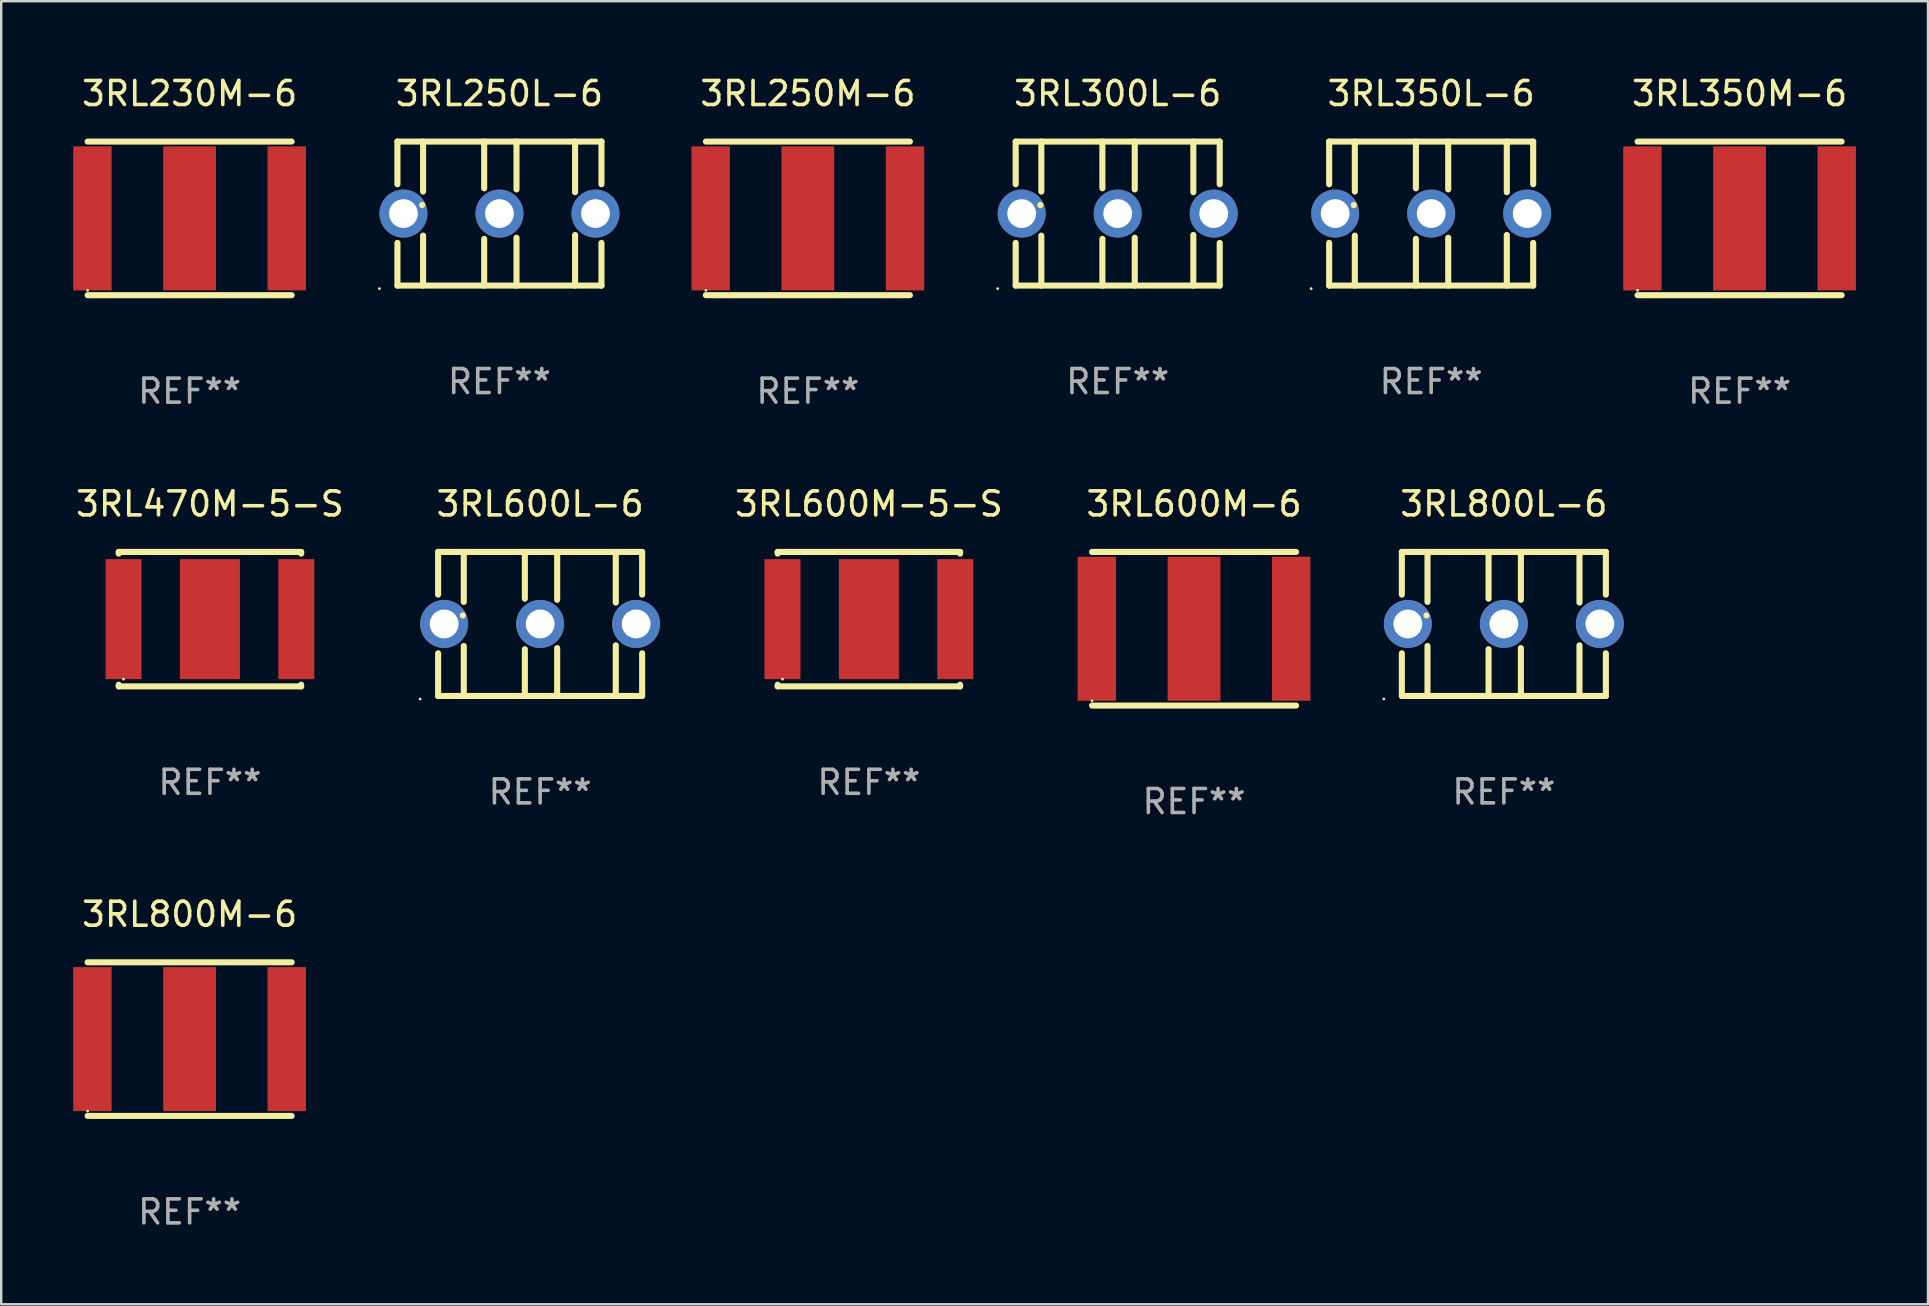
<source format=kicad_pcb>
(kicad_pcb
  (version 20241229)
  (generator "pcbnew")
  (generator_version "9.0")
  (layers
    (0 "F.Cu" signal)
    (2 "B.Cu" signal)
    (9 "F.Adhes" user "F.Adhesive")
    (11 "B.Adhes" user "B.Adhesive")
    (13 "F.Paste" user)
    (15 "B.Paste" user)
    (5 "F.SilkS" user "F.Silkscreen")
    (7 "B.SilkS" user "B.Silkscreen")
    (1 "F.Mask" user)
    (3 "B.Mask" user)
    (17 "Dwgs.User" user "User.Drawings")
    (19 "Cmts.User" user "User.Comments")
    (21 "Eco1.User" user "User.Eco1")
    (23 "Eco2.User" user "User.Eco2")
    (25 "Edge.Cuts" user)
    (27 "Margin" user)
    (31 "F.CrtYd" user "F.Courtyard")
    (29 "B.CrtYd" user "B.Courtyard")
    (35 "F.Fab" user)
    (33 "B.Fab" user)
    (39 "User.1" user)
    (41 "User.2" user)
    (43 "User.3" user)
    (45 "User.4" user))
  (footprint "3RL350M-6"
    (layer "F.Cu")
    (at 69.425 6.048)
    (property "Reference" "3RL350M-6" (at 0 -5.2 0) (layer "F.SilkS") (effects (font (size 1 1) (thickness 0.15))))
    (attr through_hole)
    (fp_line (start -4.25 -3.2) (end 4.25 -3.2) (stroke (width 0.254) (type solid)) (layer "F.SilkS"))
    (fp_line (start -4.25 3.2) (end 4.25 3.2) (stroke (width 0.254) (type solid)) (layer "F.SilkS"))
    (fp_circle (center -4.25 3) (end -4.22 3) (stroke (width 0.06) (type solid)) (fill no) (layer "F.SilkS"))
    (fp_text user "REF**" (at 0 7.2 0) (layer "F.Fab") (effects (font (size 1 1) (thickness 0.15))))
    (pad "1" smd rect (at -4.05 0) (size 1.6 6) (layers "F.Cu" "F.Mask" "F.Paste"))
    (pad "2" smd rect (at 4.047 0) (size 1.6 6) (layers "F.Cu" "F.Mask" "F.Paste"))
    (pad "3" smd rect (at 0 0) (size 2.2 6) (layers "F.Cu" "F.Mask" "F.Paste")))
  (footprint "3RL600L-6"
    (layer "F.Cu")
    (at 19.453 22.945)
    (property "Reference" "3RL600L-6" (at 0 -5 0) (layer "F.SilkS") (effects (font (size 1 1) (thickness 0.15))))
    (attr through_hole)
    (fp_line (start -4.25 -3) (end -4.25 -1.222) (stroke (width 0.254) (type solid)) (layer "F.SilkS"))
    (fp_line (start -4.25 -3) (end 4.25 -3) (stroke (width 0.254) (type solid)) (layer "F.SilkS"))
    (fp_line (start -4.25 1.222) (end -4.25 3) (stroke (width 0.254) (type solid)) (layer "F.SilkS"))
    (fp_line (start -4.25 3) (end 4.25 3) (stroke (width 0.254) (type solid)) (layer "F.SilkS"))
    (fp_line (start -3.222 -0.359) (end -3.222 -0.353) (stroke (width 0.254) (type solid)) (layer "F.SilkS"))
    (fp_line (start -3.181 -3) (end -3.181 -0.918) (stroke (width 0.254) (type solid)) (layer "F.SilkS"))
    (fp_line (start -3.181 0.918) (end -3.181 3) (stroke (width 0.254) (type solid)) (layer "F.SilkS"))
    (fp_line (start -0.637 -1.053) (end -0.637 -3) (stroke (width 0.254) (type solid)) (layer "F.SilkS"))
    (fp_line (start -0.637 3) (end -0.637 1.053) (stroke (width 0.254) (type solid)) (layer "F.SilkS"))
    (fp_line (start 0.71 -3) (end 0.71 -1.006) (stroke (width 0.254) (type solid)) (layer "F.SilkS"))
    (fp_line (start 0.71 1.006) (end 0.71 3) (stroke (width 0.254) (type solid)) (layer "F.SilkS"))
    (fp_line (start 3.151 -3) (end 3.151 -0.891) (stroke (width 0.254) (type solid)) (layer "F.SilkS"))
    (fp_line (start 3.151 0.891) (end 3.151 3) (stroke (width 0.254) (type solid)) (layer "F.SilkS"))
    (fp_line (start 4.25 -3) (end 4.25 -1.222) (stroke (width 0.254) (type solid)) (layer "F.SilkS"))
    (fp_line (start 4.25 1.222) (end 4.25 3) (stroke (width 0.254) (type solid)) (layer "F.SilkS"))
    (fp_circle (center -5 3.127) (end -4.97 3.127) (stroke (width 0.06) (type solid)) (fill no) (layer "F.SilkS"))
    (fp_text user "REF**" (at 0 7 0) (layer "F.Fab") (effects (font (size 1 1) (thickness 0.15))))
    (pad "1" thru_hole circle (at -4 0) (size 2 2) (drill 1.2) (layers "*.Cu" "*.Mask"))
    (pad "2" thru_hole circle (at 4 0) (size 2 2) (drill 1.2) (layers "*.Cu" "*.Mask"))
    (pad "3" thru_hole circle (at 0 0) (size 2 2) (drill 1.2) (layers "*.Cu" "*.Mask")))
  (footprint "3RL470M-5-S"
    (layer "F.Cu")
    (at 5.696 22.745)
    (property "Reference" "3RL470M-5-S" (at 0 -4.8 0) (layer "F.SilkS") (effects (font (size 1 1) (thickness 0.15))))
    (attr through_hole)
    (fp_line (start -3.8 -2.8) (end -3.8 -2.731) (stroke (width 0.254) (type solid)) (layer "F.SilkS"))
    (fp_line (start -3.8 -2.8) (end 3.8 -2.8) (stroke (width 0.254) (type solid)) (layer "F.SilkS"))
    (fp_line (start -3.8 2.731) (end -3.8 2.8) (stroke (width 0.254) (type solid)) (layer "F.SilkS"))
    (fp_line (start -3.8 2.8) (end 3.8 2.8) (stroke (width 0.254) (type solid)) (layer "F.SilkS"))
    (fp_line (start 3.8 -2.731) (end 3.8 -2.8) (stroke (width 0.254) (type solid)) (layer "F.SilkS"))
    (fp_line (start 3.8 2.8) (end 3.8 2.731) (stroke (width 0.254) (type solid)) (layer "F.SilkS"))
    (fp_circle (center -3.6 2.5) (end -3.57 2.5) (stroke (width 0.06) (type solid)) (fill no) (layer "F.SilkS"))
    (fp_text user "REF**" (at 0 6.8 0) (layer "F.Fab") (effects (font (size 1 1) (thickness 0.15))))
    (pad "1" smd rect (at -3.6 0) (size 1.5 5) (layers "F.Cu" "F.Mask" "F.Paste"))
    (pad "2" smd rect (at 3.6 0) (size 1.5 5) (layers "F.Cu" "F.Mask" "F.Paste"))
    (pad "3" smd rect (at 0 0) (size 2.5 5) (layers "F.Cu" "F.Mask" "F.Paste")))
  (footprint "3RL350L-6"
    (layer "F.Cu")
    (at 56.575 5.848)
    (property "Reference" "3RL350L-6" (at 0 -5 0) (layer "F.SilkS") (effects (font (size 1 1) (thickness 0.15))))
    (attr through_hole)
    (fp_line (start -4.25 -3) (end -4.25 -1.222) (stroke (width 0.254) (type solid)) (layer "F.SilkS"))
    (fp_line (start -4.25 -3) (end 4.25 -3) (stroke (width 0.254) (type solid)) (layer "F.SilkS"))
    (fp_line (start -4.25 1.222) (end -4.25 3) (stroke (width 0.254) (type solid)) (layer "F.SilkS"))
    (fp_line (start -4.25 3) (end 4.25 3) (stroke (width 0.254) (type solid)) (layer "F.SilkS"))
    (fp_line (start -3.222 -0.359) (end -3.222 -0.353) (stroke (width 0.254) (type solid)) (layer "F.SilkS"))
    (fp_line (start -3.181 -3) (end -3.181 -0.918) (stroke (width 0.254) (type solid)) (layer "F.SilkS"))
    (fp_line (start -3.181 0.918) (end -3.181 3) (stroke (width 0.254) (type solid)) (layer "F.SilkS"))
    (fp_line (start -0.637 -1.053) (end -0.637 -3) (stroke (width 0.254) (type solid)) (layer "F.SilkS"))
    (fp_line (start -0.637 3) (end -0.637 1.053) (stroke (width 0.254) (type solid)) (layer "F.SilkS"))
    (fp_line (start 0.71 -3) (end 0.71 -1.006) (stroke (width 0.254) (type solid)) (layer "F.SilkS"))
    (fp_line (start 0.71 1.006) (end 0.71 3) (stroke (width 0.254) (type solid)) (layer "F.SilkS"))
    (fp_line (start 3.151 -3) (end 3.151 -0.891) (stroke (width 0.254) (type solid)) (layer "F.SilkS"))
    (fp_line (start 3.151 0.891) (end 3.151 3) (stroke (width 0.254) (type solid)) (layer "F.SilkS"))
    (fp_line (start 4.25 -3) (end 4.25 -1.222) (stroke (width 0.254) (type solid)) (layer "F.SilkS"))
    (fp_line (start 4.25 1.222) (end 4.25 3) (stroke (width 0.254) (type solid)) (layer "F.SilkS"))
    (fp_circle (center -5 3.127) (end -4.97 3.127) (stroke (width 0.06) (type solid)) (fill no) (layer "F.SilkS"))
    (fp_text user "REF**" (at 0 7 0) (layer "F.Fab") (effects (font (size 1 1) (thickness 0.15))))
    (pad "1" thru_hole circle (at -4 0) (size 2 2) (drill 1.2) (layers "*.Cu" "*.Mask"))
    (pad "2" thru_hole circle (at 4 0) (size 2 2) (drill 1.2) (layers "*.Cu" "*.Mask"))
    (pad "3" thru_hole circle (at 0 0) (size 2 2) (drill 1.2) (layers "*.Cu" "*.Mask")))
  (footprint "3RL250L-6"
    (layer "F.Cu")
    (at 17.758 5.848)
    (property "Reference" "3RL250L-6" (at 0 -5 0) (layer "F.SilkS") (effects (font (size 1 1) (thickness 0.15))))
    (attr through_hole)
    (fp_line (start -4.25 -3) (end -4.25 -1.222) (stroke (width 0.254) (type solid)) (layer "F.SilkS"))
    (fp_line (start -4.25 -3) (end 4.25 -3) (stroke (width 0.254) (type solid)) (layer "F.SilkS"))
    (fp_line (start -4.25 1.222) (end -4.25 3) (stroke (width 0.254) (type solid)) (layer "F.SilkS"))
    (fp_line (start -4.25 3) (end 4.25 3) (stroke (width 0.254) (type solid)) (layer "F.SilkS"))
    (fp_line (start -3.222 -0.359) (end -3.222 -0.353) (stroke (width 0.254) (type solid)) (layer "F.SilkS"))
    (fp_line (start -3.181 -3) (end -3.181 -0.918) (stroke (width 0.254) (type solid)) (layer "F.SilkS"))
    (fp_line (start -3.181 0.918) (end -3.181 3) (stroke (width 0.254) (type solid)) (layer "F.SilkS"))
    (fp_line (start -0.637 -1.053) (end -0.637 -3) (stroke (width 0.254) (type solid)) (layer "F.SilkS"))
    (fp_line (start -0.637 3) (end -0.637 1.053) (stroke (width 0.254) (type solid)) (layer "F.SilkS"))
    (fp_line (start 0.71 -3) (end 0.71 -1.006) (stroke (width 0.254) (type solid)) (layer "F.SilkS"))
    (fp_line (start 0.71 1.006) (end 0.71 3) (stroke (width 0.254) (type solid)) (layer "F.SilkS"))
    (fp_line (start 3.151 -3) (end 3.151 -0.891) (stroke (width 0.254) (type solid)) (layer "F.SilkS"))
    (fp_line (start 3.151 0.891) (end 3.151 3) (stroke (width 0.254) (type solid)) (layer "F.SilkS"))
    (fp_line (start 4.25 -3) (end 4.25 -1.222) (stroke (width 0.254) (type solid)) (layer "F.SilkS"))
    (fp_line (start 4.25 1.222) (end 4.25 3) (stroke (width 0.254) (type solid)) (layer "F.SilkS"))
    (fp_circle (center -5 3.127) (end -4.97 3.127) (stroke (width 0.06) (type solid)) (fill no) (layer "F.SilkS"))
    (fp_text user "REF**" (at 0 7 0) (layer "F.Fab") (effects (font (size 1 1) (thickness 0.15))))
    (pad "1" thru_hole circle (at -4 0) (size 2 2) (drill 1.2) (layers "*.Cu" "*.Mask"))
    (pad "2" thru_hole circle (at 4 0) (size 2 2) (drill 1.2) (layers "*.Cu" "*.Mask"))
    (pad "3" thru_hole circle (at 0 0) (size 2 2) (drill 1.2) (layers "*.Cu" "*.Mask")))
  (footprint "3RL800M-6"
    (layer "F.Cu")
    (at 4.85 40.241)
    (property "Reference" "3RL800M-6" (at 0 -5.2 0) (layer "F.SilkS") (effects (font (size 1 1) (thickness 0.15))))
    (attr through_hole)
    (fp_line (start -4.25 -3.2) (end 4.25 -3.2) (stroke (width 0.254) (type solid)) (layer "F.SilkS"))
    (fp_line (start -4.25 3.2) (end 4.25 3.2) (stroke (width 0.254) (type solid)) (layer "F.SilkS"))
    (fp_circle (center -4.25 3) (end -4.22 3) (stroke (width 0.06) (type solid)) (fill no) (layer "F.SilkS"))
    (fp_text user "REF**" (at 0 7.2 0) (layer "F.Fab") (effects (font (size 1 1) (thickness 0.15))))
    (pad "1" smd rect (at -4.05 0) (size 1.6 6) (layers "F.Cu" "F.Mask" "F.Paste"))
    (pad "2" smd rect (at 4.047 0) (size 1.6 6) (layers "F.Cu" "F.Mask" "F.Paste"))
    (pad "3" smd rect (at 0 0) (size 2.2 6) (layers "F.Cu" "F.Mask" "F.Paste")))
  (footprint "3RL300L-6"
    (layer "F.Cu")
    (at 43.515 5.848)
    (property "Reference" "3RL300L-6" (at 0 -5 0) (layer "F.SilkS") (effects (font (size 1 1) (thickness 0.15))))
    (attr through_hole)
    (fp_line (start -4.25 -3) (end -4.25 -1.222) (stroke (width 0.254) (type solid)) (layer "F.SilkS"))
    (fp_line (start -4.25 -3) (end 4.25 -3) (stroke (width 0.254) (type solid)) (layer "F.SilkS"))
    (fp_line (start -4.25 1.222) (end -4.25 3) (stroke (width 0.254) (type solid)) (layer "F.SilkS"))
    (fp_line (start -4.25 3) (end 4.25 3) (stroke (width 0.254) (type solid)) (layer "F.SilkS"))
    (fp_line (start -3.222 -0.359) (end -3.222 -0.353) (stroke (width 0.254) (type solid)) (layer "F.SilkS"))
    (fp_line (start -3.181 -3) (end -3.181 -0.918) (stroke (width 0.254) (type solid)) (layer "F.SilkS"))
    (fp_line (start -3.181 0.918) (end -3.181 3) (stroke (width 0.254) (type solid)) (layer "F.SilkS"))
    (fp_line (start -0.637 -1.053) (end -0.637 -3) (stroke (width 0.254) (type solid)) (layer "F.SilkS"))
    (fp_line (start -0.637 3) (end -0.637 1.053) (stroke (width 0.254) (type solid)) (layer "F.SilkS"))
    (fp_line (start 0.71 -3) (end 0.71 -1.006) (stroke (width 0.254) (type solid)) (layer "F.SilkS"))
    (fp_line (start 0.71 1.006) (end 0.71 3) (stroke (width 0.254) (type solid)) (layer "F.SilkS"))
    (fp_line (start 3.151 -3) (end 3.151 -0.891) (stroke (width 0.254) (type solid)) (layer "F.SilkS"))
    (fp_line (start 3.151 0.891) (end 3.151 3) (stroke (width 0.254) (type solid)) (layer "F.SilkS"))
    (fp_line (start 4.25 -3) (end 4.25 -1.222) (stroke (width 0.254) (type solid)) (layer "F.SilkS"))
    (fp_line (start 4.25 1.222) (end 4.25 3) (stroke (width 0.254) (type solid)) (layer "F.SilkS"))
    (fp_circle (center -5 3.127) (end -4.97 3.127) (stroke (width 0.06) (type solid)) (fill no) (layer "F.SilkS"))
    (fp_text user "REF**" (at 0 7 0) (layer "F.Fab") (effects (font (size 1 1) (thickness 0.15))))
    (pad "1" thru_hole circle (at -4 0) (size 2 2) (drill 1.2) (layers "*.Cu" "*.Mask"))
    (pad "2" thru_hole circle (at 4 0) (size 2 2) (drill 1.2) (layers "*.Cu" "*.Mask"))
    (pad "3" thru_hole circle (at 0 0) (size 2 2) (drill 1.2) (layers "*.Cu" "*.Mask")))
  (footprint "3RL600M-6"
    (layer "F.Cu")
    (at 46.696 23.145)
    (property "Reference" "3RL600M-6" (at 0 -5.2 0) (layer "F.SilkS") (effects (font (size 1 1) (thickness 0.15))))
    (attr through_hole)
    (fp_line (start -4.25 -3.2) (end 4.25 -3.2) (stroke (width 0.254) (type solid)) (layer "F.SilkS"))
    (fp_line (start -4.25 3.2) (end 4.25 3.2) (stroke (width 0.254) (type solid)) (layer "F.SilkS"))
    (fp_circle (center -4.25 3) (end -4.22 3) (stroke (width 0.06) (type solid)) (fill no) (layer "F.SilkS"))
    (fp_text user "REF**" (at 0 7.2 0) (layer "F.Fab") (effects (font (size 1 1) (thickness 0.15))))
    (pad "1" smd rect (at -4.05 0) (size 1.6 6) (layers "F.Cu" "F.Mask" "F.Paste"))
    (pad "2" smd rect (at 4.047 0) (size 1.6 6) (layers "F.Cu" "F.Mask" "F.Paste"))
    (pad "3" smd rect (at 0 0) (size 2.2 6) (layers "F.Cu" "F.Mask" "F.Paste")))
  (footprint "3RL250M-6"
    (layer "F.Cu")
    (at 30.608 6.048)
    (property "Reference" "3RL250M-6" (at 0 -5.2 0) (layer "F.SilkS") (effects (font (size 1 1) (thickness 0.15))))
    (attr through_hole)
    (fp_line (start -4.25 -3.2) (end 4.25 -3.2) (stroke (width 0.254) (type solid)) (layer "F.SilkS"))
    (fp_line (start -4.25 3.2) (end 4.25 3.2) (stroke (width 0.254) (type solid)) (layer "F.SilkS"))
    (fp_circle (center -4.25 3) (end -4.22 3) (stroke (width 0.06) (type solid)) (fill no) (layer "F.SilkS"))
    (fp_text user "REF**" (at 0 7.2 0) (layer "F.Fab") (effects (font (size 1 1) (thickness 0.15))))
    (pad "1" smd rect (at -4.05 0) (size 1.6 6) (layers "F.Cu" "F.Mask" "F.Paste"))
    (pad "2" smd rect (at 4.047 0) (size 1.6 6) (layers "F.Cu" "F.Mask" "F.Paste"))
    (pad "3" smd rect (at 0 0) (size 2.2 6) (layers "F.Cu" "F.Mask" "F.Paste")))
  (footprint "3RL800L-6"
    (layer "F.Cu")
    (at 59.603 22.945)
    (property "Reference" "3RL800L-6" (at 0 -5 0) (layer "F.SilkS") (effects (font (size 1 1) (thickness 0.15))))
    (attr through_hole)
    (fp_line (start -4.25 -3) (end -4.25 -1.222) (stroke (width 0.254) (type solid)) (layer "F.SilkS"))
    (fp_line (start -4.25 -3) (end 4.25 -3) (stroke (width 0.254) (type solid)) (layer "F.SilkS"))
    (fp_line (start -4.25 1.222) (end -4.25 3) (stroke (width 0.254) (type solid)) (layer "F.SilkS"))
    (fp_line (start -4.25 3) (end 4.25 3) (stroke (width 0.254) (type solid)) (layer "F.SilkS"))
    (fp_line (start -3.222 -0.359) (end -3.222 -0.353) (stroke (width 0.254) (type solid)) (layer "F.SilkS"))
    (fp_line (start -3.181 -3) (end -3.181 -0.918) (stroke (width 0.254) (type solid)) (layer "F.SilkS"))
    (fp_line (start -3.181 0.918) (end -3.181 3) (stroke (width 0.254) (type solid)) (layer "F.SilkS"))
    (fp_line (start -0.637 -1.053) (end -0.637 -3) (stroke (width 0.254) (type solid)) (layer "F.SilkS"))
    (fp_line (start -0.637 3) (end -0.637 1.053) (stroke (width 0.254) (type solid)) (layer "F.SilkS"))
    (fp_line (start 0.71 -3) (end 0.71 -1.006) (stroke (width 0.254) (type solid)) (layer "F.SilkS"))
    (fp_line (start 0.71 1.006) (end 0.71 3) (stroke (width 0.254) (type solid)) (layer "F.SilkS"))
    (fp_line (start 3.151 -3) (end 3.151 -0.891) (stroke (width 0.254) (type solid)) (layer "F.SilkS"))
    (fp_line (start 3.151 0.891) (end 3.151 3) (stroke (width 0.254) (type solid)) (layer "F.SilkS"))
    (fp_line (start 4.25 -3) (end 4.25 -1.222) (stroke (width 0.254) (type solid)) (layer "F.SilkS"))
    (fp_line (start 4.25 1.222) (end 4.25 3) (stroke (width 0.254) (type solid)) (layer "F.SilkS"))
    (fp_circle (center -5 3.127) (end -4.97 3.127) (stroke (width 0.06) (type solid)) (fill no) (layer "F.SilkS"))
    (fp_text user "REF**" (at 0 7 0) (layer "F.Fab") (effects (font (size 1 1) (thickness 0.15))))
    (pad "1" thru_hole circle (at -4 0) (size 2 2) (drill 1.2) (layers "*.Cu" "*.Mask"))
    (pad "2" thru_hole circle (at 4 0) (size 2 2) (drill 1.2) (layers "*.Cu" "*.Mask"))
    (pad "3" thru_hole circle (at 0 0) (size 2 2) (drill 1.2) (layers "*.Cu" "*.Mask")))
  (footprint "3RL230M-6"
    (layer "F.Cu")
    (at 4.85 6.048)
    (property "Reference" "3RL230M-6" (at 0 -5.2 0) (layer "F.SilkS") (effects (font (size 1 1) (thickness 0.15))))
    (attr through_hole)
    (fp_line (start -4.25 -3.2) (end 4.25 -3.2) (stroke (width 0.254) (type solid)) (layer "F.SilkS"))
    (fp_line (start -4.25 3.2) (end 4.25 3.2) (stroke (width 0.254) (type solid)) (layer "F.SilkS"))
    (fp_circle (center -4.25 3) (end -4.22 3) (stroke (width 0.06) (type solid)) (fill no) (layer "F.SilkS"))
    (fp_text user "REF**" (at 0 7.2 0) (layer "F.Fab") (effects (font (size 1 1) (thickness 0.15))))
    (pad "1" smd rect (at -4.05 0) (size 1.6 6) (layers "F.Cu" "F.Mask" "F.Paste"))
    (pad "2" smd rect (at 4.047 0) (size 1.6 6) (layers "F.Cu" "F.Mask" "F.Paste"))
    (pad "3" smd rect (at 0 0) (size 2.2 6) (layers "F.Cu" "F.Mask" "F.Paste")))
  (footprint "3RL600M-5-S"
    (layer "F.Cu")
    (at 33.149 22.745)
    (property "Reference" "3RL600M-5-S" (at 0 -4.8 0) (layer "F.SilkS") (effects (font (size 1 1) (thickness 0.15))))
    (attr through_hole)
    (fp_line (start -3.8 -2.8) (end -3.8 -2.731) (stroke (width 0.254) (type solid)) (layer "F.SilkS"))
    (fp_line (start -3.8 -2.8) (end 3.8 -2.8) (stroke (width 0.254) (type solid)) (layer "F.SilkS"))
    (fp_line (start -3.8 2.731) (end -3.8 2.8) (stroke (width 0.254) (type solid)) (layer "F.SilkS"))
    (fp_line (start -3.8 2.8) (end 3.8 2.8) (stroke (width 0.254) (type solid)) (layer "F.SilkS"))
    (fp_line (start 3.8 -2.731) (end 3.8 -2.8) (stroke (width 0.254) (type solid)) (layer "F.SilkS"))
    (fp_line (start 3.8 2.8) (end 3.8 2.731) (stroke (width 0.254) (type solid)) (layer "F.SilkS"))
    (fp_circle (center -3.6 2.5) (end -3.57 2.5) (stroke (width 0.06) (type solid)) (fill no) (layer "F.SilkS"))
    (fp_text user "REF**" (at 0 6.8 0) (layer "F.Fab") (effects (font (size 1 1) (thickness 0.15))))
    (pad "1" smd rect (at -3.6 0) (size 1.5 5) (layers "F.Cu" "F.Mask" "F.Paste"))
    (pad "2" smd rect (at 3.6 0) (size 1.5 5) (layers "F.Cu" "F.Mask" "F.Paste"))
    (pad "3" smd rect (at 0 0) (size 2.5 5) (layers "F.Cu" "F.Mask" "F.Paste")))
  (gr_rect
    (start -3 -3)
    (end 77.273 51.289)
    (stroke (width 0.1) (type default))
    (fill no)
    (layer "Edge.Cuts")))
</source>
